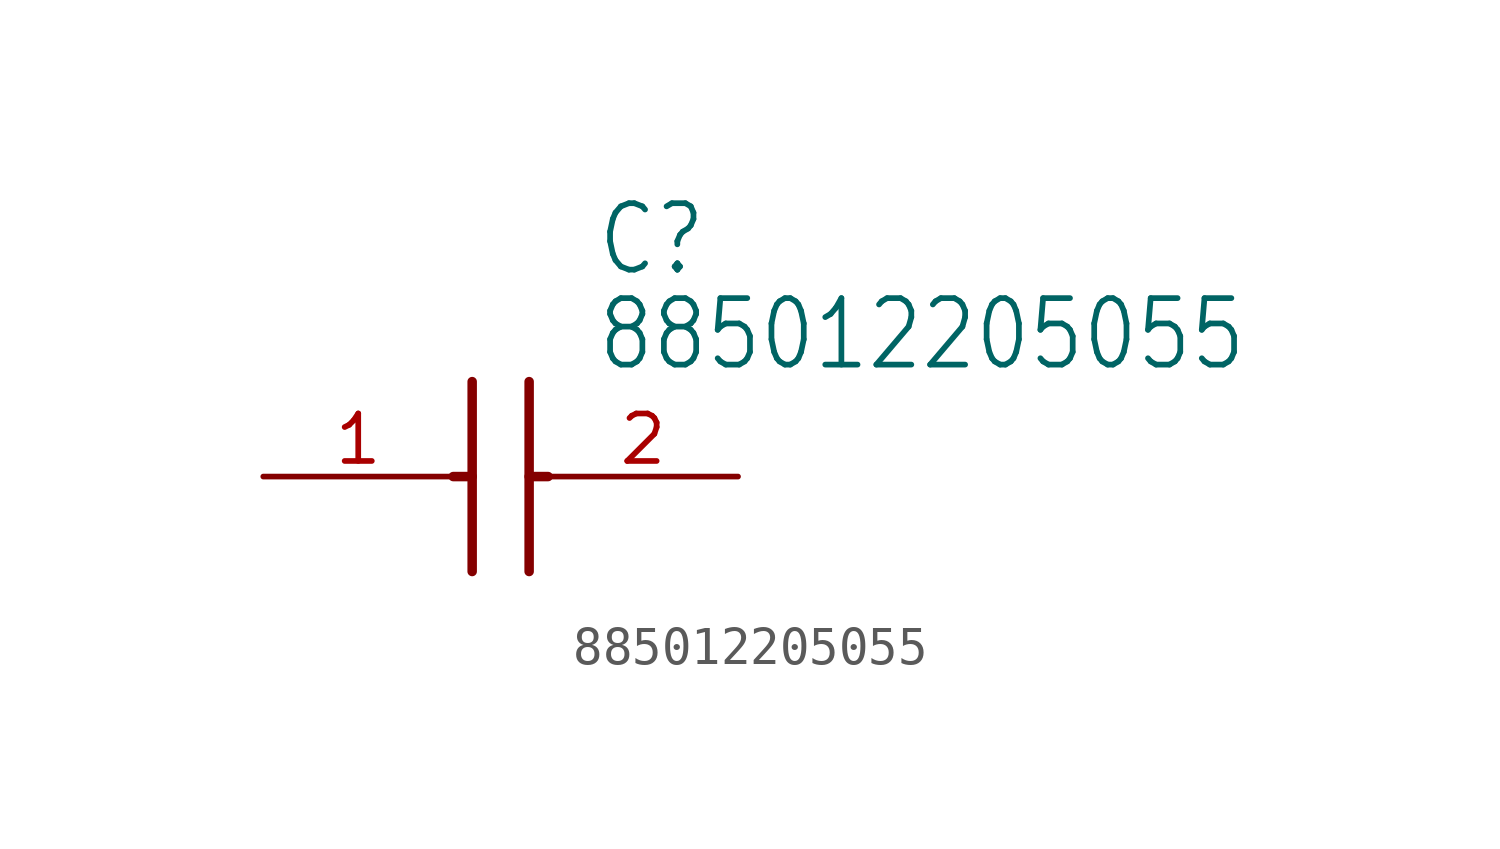
<source format=kicad_sym>
(kicad_symbol_lib
  (version 20211014)
  (generator kicad_symbol_editor)
  (symbol "885012205055"
    (property "Reference" "C"
      (at 8.89 6.35 0)
      (effects (font (size 1.778 1.511)) (justify left)))
    (property "Value" "885012205055"
      (at 8.89 3.81 0)
      (effects (font (size 1.778 1.511)) (justify left)))
    (property "ki_locked" ""
      (at 0 0 0)
      (effects (font (size 1.27 1.27))))
    (symbol "885012205055_1_0"
      (polyline (pts (xy 5.08 0) (xy 5.588 0)) (stroke (width 0.254) (type default) (color 0 0 0 0)) (fill (type none)))
      (polyline (pts (xy 5.588 2.54) (xy 5.588 -2.54)) (stroke (width 0.254) (type default) (color 0 0 0 0)) (fill (type none)))
      (polyline (pts (xy 7.112 0) (xy 7.62 0)) (stroke (width 0.254) (type default) (color 0 0 0 0)) (fill (type none)))
      (polyline (pts (xy 7.112 2.54) (xy 7.112 -2.54)) (stroke (width 0.254) (type default) (color 0 0 0 0)) (fill (type none)))
      (pin bidirectional line (at 0 0 0) (length 5.08) (name "1" (effects (font (size 0 0)))) (number "1" (effects (font (size 1.27 1.27)))))
      (pin bidirectional line (at 12.7 0 180) (length 5.08) (name "2" (effects (font (size 0 0)))) (number "2" (effects (font (size 1.27 1.27))))))))
</source>
